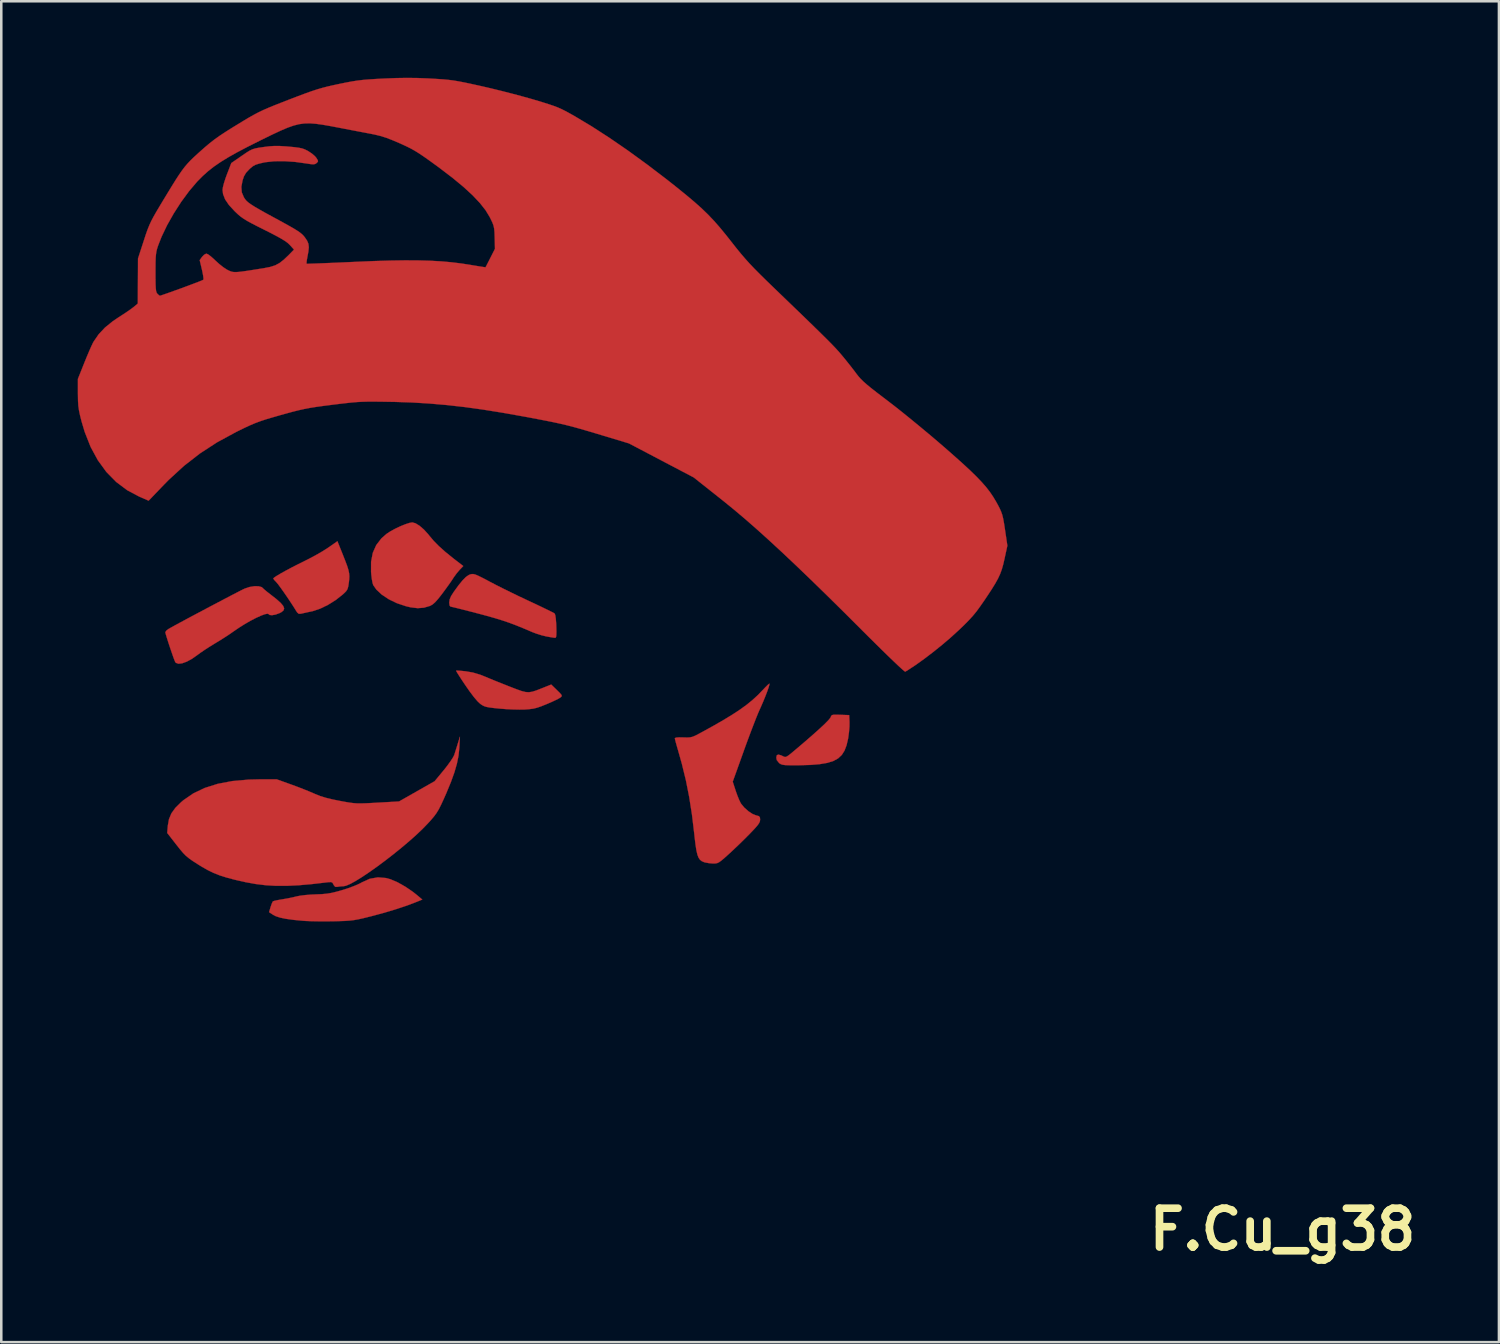
<source format=kicad_pcb>
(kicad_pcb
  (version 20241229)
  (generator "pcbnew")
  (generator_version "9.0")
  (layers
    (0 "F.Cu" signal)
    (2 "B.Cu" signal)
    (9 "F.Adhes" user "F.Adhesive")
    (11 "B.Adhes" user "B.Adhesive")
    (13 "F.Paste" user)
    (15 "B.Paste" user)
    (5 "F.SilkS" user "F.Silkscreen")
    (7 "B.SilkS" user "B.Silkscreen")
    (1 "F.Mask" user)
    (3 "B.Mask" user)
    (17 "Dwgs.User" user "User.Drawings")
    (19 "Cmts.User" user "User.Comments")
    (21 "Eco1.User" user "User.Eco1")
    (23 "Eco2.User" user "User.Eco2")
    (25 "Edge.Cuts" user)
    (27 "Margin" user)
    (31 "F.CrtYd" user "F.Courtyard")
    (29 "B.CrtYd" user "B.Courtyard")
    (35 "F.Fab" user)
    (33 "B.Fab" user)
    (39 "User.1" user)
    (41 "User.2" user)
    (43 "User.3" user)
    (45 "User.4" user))
  (footprint "F.Cu_g38"
    (layer "F.Cu")
    (at 47.249 45.167)
    (property "Reference" "F.Cu_g38" (at 0 0 0) (layer "F.SilkS") (effects (font (size 1.524 1.524) (thickness 0.3))))
    (attr through_hole)
    (fp_poly (pts (xy -17.342 -20.184) (xy -16.997 -20.172) (xy -16.984 -19.897) (xy -16.986 -19.721) (xy -17.004 -19.504) (xy -17.033 -19.287) (xy -17.04 -19.243) (xy -17.099 -18.99) (xy -17.178 -18.781) (xy -17.286 -18.61) (xy -17.429 -18.476) (xy -17.616 -18.373) (xy -17.853 -18.299) (xy -18.15 -18.249) (xy -18.512 -18.219) (xy -18.948 -18.206) (xy -19.118 -18.205) (xy -19.34 -18.206) (xy -19.495 -18.211) (xy -19.6 -18.224) (xy -19.672 -18.246) (xy -19.729 -18.281) (xy -19.743 -18.291) (xy -19.836 -18.408) (xy -19.854 -18.503) (xy -19.836 -18.595) (xy -19.777 -18.625) (xy -19.667 -18.595) (xy -19.6 -18.563) (xy -19.545 -18.537) (xy -19.497 -18.53) (xy -19.44 -18.55) (xy -19.361 -18.602) (xy -19.244 -18.696) (xy -19.105 -18.813) (xy -18.731 -19.131) (xy -18.413 -19.408) (xy -18.152 -19.642) (xy -17.95 -19.831) (xy -17.811 -19.973) (xy -17.735 -20.066) (xy -17.723 -20.09) (xy -17.701 -20.142) (xy -17.667 -20.173) (xy -17.601 -20.187) (xy -17.485 -20.188) (xy -17.342 -20.184)) (stroke (width 0.01) (type solid)) (fill yes) (layer "F.Cu"))
    (fp_poly (pts (xy -34.002 -27.694) (xy -33.846 -27.598) (xy -33.676 -27.451) (xy -33.507 -27.266) (xy -33.465 -27.213) (xy -33.292 -27.007) (xy -33.087 -26.799) (xy -32.838 -26.576) (xy -32.531 -26.327) (xy -32.457 -26.27) (xy -32.131 -26.018) (xy -32.274 -25.868) (xy -32.387 -25.736) (xy -32.5 -25.582) (xy -32.535 -25.527) (xy -32.609 -25.415) (xy -32.719 -25.259) (xy -32.849 -25.08) (xy -32.961 -24.929) (xy -33.112 -24.736) (xy -33.231 -24.602) (xy -33.331 -24.514) (xy -33.423 -24.461) (xy -33.436 -24.455) (xy -33.674 -24.385) (xy -33.918 -24.366) (xy -34.193 -24.399) (xy -34.381 -24.444) (xy -34.733 -24.561) (xy -35.051 -24.715) (xy -35.324 -24.895) (xy -35.536 -25.092) (xy -35.663 -25.273) (xy -35.69 -25.361) (xy -35.717 -25.508) (xy -35.739 -25.69) (xy -35.747 -25.788) (xy -35.746 -26.187) (xy -35.679 -26.536) (xy -35.544 -26.84) (xy -35.339 -27.105) (xy -35.142 -27.278) (xy -34.992 -27.377) (xy -34.804 -27.48) (xy -34.602 -27.576) (xy -34.406 -27.656) (xy -34.239 -27.71) (xy -34.128 -27.729) (xy -34.002 -27.694)) (stroke (width 0.01) (type solid)) (fill yes) (layer "F.Cu"))
    (fp_poly (pts (xy -36.864 -26.489) (xy -36.76 -26.225) (xy -36.684 -26.023) (xy -36.635 -25.864) (xy -36.608 -25.734) (xy -36.599 -25.615) (xy -36.605 -25.491) (xy -36.617 -25.379) (xy -36.641 -25.219) (xy -36.672 -25.113) (xy -36.726 -25.029) (xy -36.819 -24.937) (xy -36.859 -24.901) (xy -37.135 -24.684) (xy -37.438 -24.495) (xy -37.745 -24.346) (xy -38.031 -24.25) (xy -38.07 -24.242) (xy -38.24 -24.206) (xy -38.389 -24.173) (xy -38.489 -24.151) (xy -38.496 -24.149) (xy -38.581 -24.145) (xy -38.645 -24.199) (xy -38.674 -24.243) (xy -38.783 -24.418) (xy -38.912 -24.616) (xy -39.049 -24.82) (xy -39.183 -25.014) (xy -39.305 -25.185) (xy -39.403 -25.316) (xy -39.468 -25.393) (xy -39.472 -25.397) (xy -39.545 -25.473) (xy -39.581 -25.527) (xy -39.582 -25.532) (xy -39.545 -25.568) (xy -39.444 -25.635) (xy -39.288 -25.728) (xy -39.088 -25.839) (xy -38.856 -25.963) (xy -38.601 -26.093) (xy -38.336 -26.225) (xy -38.312 -26.236) (xy -38.076 -26.357) (xy -37.828 -26.493) (xy -37.599 -26.629) (xy -37.424 -26.742) (xy -37.066 -26.992) (xy -36.864 -26.489)) (stroke (width 0.01) (type solid)) (fill yes) (layer "F.Cu"))
    (fp_poly (pts (xy -32.256 -21.912) (xy -32.103 -21.897) (xy -32.034 -21.89) (xy -31.75 -21.841) (xy -31.469 -21.757) (xy -31.277 -21.681) (xy -31.088 -21.602) (xy -30.849 -21.504) (xy -30.585 -21.399) (xy -30.326 -21.296) (xy -30.269 -21.274) (xy -30.022 -21.179) (xy -29.835 -21.113) (xy -29.686 -21.077) (xy -29.555 -21.069) (xy -29.423 -21.09) (xy -29.269 -21.138) (xy -29.072 -21.215) (xy -28.987 -21.249) (xy -28.681 -21.371) (xy -28.457 -21.153) (xy -28.343 -21.04) (xy -28.283 -20.97) (xy -28.267 -20.925) (xy -28.289 -20.889) (xy -28.319 -20.864) (xy -28.391 -20.82) (xy -28.523 -20.754) (xy -28.694 -20.675) (xy -28.86 -20.604) (xy -29.076 -20.517) (xy -29.243 -20.46) (xy -29.393 -20.424) (xy -29.554 -20.404) (xy -29.718 -20.392) (xy -29.921 -20.389) (xy -30.176 -20.394) (xy -30.449 -20.407) (xy -30.703 -20.427) (xy -30.94 -20.451) (xy -31.11 -20.473) (xy -31.23 -20.496) (xy -31.319 -20.526) (xy -31.394 -20.566) (xy -31.464 -20.614) (xy -31.572 -20.715) (xy -31.715 -20.883) (xy -31.885 -21.109) (xy -32.034 -21.323) (xy -32.164 -21.516) (xy -32.274 -21.684) (xy -32.356 -21.814) (xy -32.404 -21.895) (xy -32.412 -21.916) (xy -32.366 -21.918) (xy -32.256 -21.912)) (stroke (width 0.01) (type solid)) (fill yes) (layer "F.Cu"))
    (fp_poly (pts (xy -35.154 -13.782) (xy -34.981 -13.733) (xy -34.703 -13.613) (xy -34.402 -13.443) (xy -34.106 -13.241) (xy -33.946 -13.114) (xy -33.737 -12.939) (xy -33.982 -12.839) (xy -34.335 -12.705) (xy -34.752 -12.566) (xy -35.213 -12.427) (xy -35.7 -12.295) (xy -35.788 -12.273) (xy -36.037 -12.211) (xy -36.236 -12.166) (xy -36.408 -12.135) (xy -36.576 -12.114) (xy -36.765 -12.101) (xy -36.996 -12.093) (xy -37.227 -12.087) (xy -37.512 -12.084) (xy -37.804 -12.085) (xy -38.077 -12.09) (xy -38.306 -12.099) (xy -38.417 -12.106) (xy -38.788 -12.142) (xy -39.084 -12.183) (xy -39.312 -12.23) (xy -39.483 -12.286) (xy -39.59 -12.342) (xy -39.747 -12.445) (xy -39.688 -12.642) (xy -39.647 -12.763) (xy -39.609 -12.848) (xy -39.595 -12.868) (xy -39.539 -12.888) (xy -39.422 -12.914) (xy -39.267 -12.942) (xy -39.222 -12.949) (xy -39.024 -12.983) (xy -38.825 -13.024) (xy -38.666 -13.062) (xy -38.66 -13.064) (xy -38.527 -13.09) (xy -38.336 -13.114) (xy -38.115 -13.132) (xy -37.919 -13.141) (xy -37.674 -13.151) (xy -37.473 -13.17) (xy -37.284 -13.202) (xy -37.075 -13.253) (xy -36.876 -13.31) (xy -36.618 -13.393) (xy -36.379 -13.483) (xy -36.184 -13.57) (xy -36.105 -13.614) (xy -35.799 -13.753) (xy -35.48 -13.809) (xy -35.154 -13.782)) (stroke (width 0.01) (type solid)) (fill yes) (layer "F.Cu"))
    (fp_poly (pts (xy -31.732 -25.703) (xy -31.656 -25.684) (xy -31.552 -25.641) (xy -31.407 -25.57) (xy -31.207 -25.466) (xy -31.082 -25.399) (xy -30.852 -25.279) (xy -30.567 -25.135) (xy -30.249 -24.979) (xy -29.922 -24.82) (xy -29.606 -24.671) (xy -29.527 -24.634) (xy -29.265 -24.512) (xy -29.028 -24.399) (xy -28.826 -24.301) (xy -28.671 -24.224) (xy -28.574 -24.173) (xy -28.547 -24.156) (xy -28.522 -24.091) (xy -28.502 -23.955) (xy -28.487 -23.76) (xy -28.483 -23.654) (xy -28.478 -23.449) (xy -28.481 -23.316) (xy -28.491 -23.24) (xy -28.511 -23.207) (xy -28.533 -23.203) (xy -28.605 -23.212) (xy -28.732 -23.233) (xy -28.871 -23.258) (xy -29.064 -23.305) (xy -29.278 -23.373) (xy -29.422 -23.428) (xy -29.768 -23.575) (xy -30.068 -23.697) (xy -30.343 -23.8) (xy -30.617 -23.892) (xy -30.911 -23.982) (xy -31.25 -24.077) (xy -31.534 -24.153) (xy -31.819 -24.227) (xy -32.079 -24.294) (xy -32.301 -24.35) (xy -32.475 -24.393) (xy -32.588 -24.419) (xy -32.627 -24.426) (xy -32.666 -24.466) (xy -32.681 -24.579) (xy -32.681 -24.589) (xy -32.664 -24.711) (xy -32.606 -24.845) (xy -32.506 -25.001) (xy -32.316 -25.263) (xy -32.158 -25.457) (xy -32.026 -25.59) (xy -31.912 -25.668) (xy -31.852 -25.692) (xy -31.793 -25.704) (xy -31.732 -25.703)) (stroke (width 0.01) (type solid)) (fill yes) (layer "F.Cu"))
    (fp_poly (pts (xy -40.161 -25.226) (xy -40.039 -25.193) (xy -40.002 -25.163) (xy -39.941 -25.105) (xy -39.834 -25.015) (xy -39.703 -24.913) (xy -39.689 -24.902) (xy -39.454 -24.718) (xy -39.289 -24.57) (xy -39.19 -24.451) (xy -39.155 -24.356) (xy -39.181 -24.277) (xy -39.265 -24.209) (xy -39.338 -24.171) (xy -39.492 -24.115) (xy -39.627 -24.091) (xy -39.724 -24.099) (xy -39.758 -24.13) (xy -39.806 -24.15) (xy -39.913 -24.129) (xy -40.067 -24.072) (xy -40.258 -23.985) (xy -40.474 -23.873) (xy -40.703 -23.741) (xy -40.935 -23.595) (xy -41.151 -23.447) (xy -41.305 -23.34) (xy -41.504 -23.21) (xy -41.719 -23.075) (xy -41.87 -22.984) (xy -42.071 -22.86) (xy -42.272 -22.731) (xy -42.445 -22.613) (xy -42.545 -22.539) (xy -42.766 -22.383) (xy -42.973 -22.27) (xy -43.155 -22.204) (xy -43.301 -22.187) (xy -43.401 -22.223) (xy -43.428 -22.257) (xy -43.459 -22.331) (xy -43.508 -22.463) (xy -43.567 -22.633) (xy -43.632 -22.823) (xy -43.695 -23.014) (xy -43.75 -23.188) (xy -43.792 -23.326) (xy -43.813 -23.409) (xy -43.815 -23.421) (xy -43.782 -23.479) (xy -43.701 -23.544) (xy -43.692 -23.549) (xy -43.589 -23.608) (xy -43.426 -23.698) (xy -43.214 -23.813) (xy -42.963 -23.948) (xy -42.684 -24.097) (xy -42.388 -24.254) (xy -42.085 -24.415) (xy -41.787 -24.572) (xy -41.504 -24.721) (xy -41.246 -24.856) (xy -41.024 -24.971) (xy -40.85 -25.061) (xy -40.733 -25.119) (xy -40.695 -25.136) (xy -40.511 -25.197) (xy -40.326 -25.227) (xy -40.161 -25.226)) (stroke (width 0.01) (type solid)) (fill yes) (layer "F.Cu"))
    (fp_poly (pts (xy -20.127 -21.358) (xy -20.159 -21.247) (xy -20.215 -21.089) (xy -20.289 -20.898) (xy -20.374 -20.69) (xy -20.466 -20.479) (xy -20.511 -20.381) (xy -20.573 -20.238) (xy -20.657 -20.03) (xy -20.758 -19.77) (xy -20.871 -19.474) (xy -20.99 -19.155) (xy -21.109 -18.829) (xy -21.128 -18.774) (xy -21.563 -17.562) (xy -21.444 -17.195) (xy -21.379 -17.012) (xy -21.311 -16.846) (xy -21.251 -16.723) (xy -21.234 -16.695) (xy -21.108 -16.543) (xy -20.95 -16.403) (xy -20.786 -16.295) (xy -20.642 -16.238) (xy -20.64 -16.238) (xy -20.539 -16.211) (xy -20.497 -16.162) (xy -20.489 -16.073) (xy -20.498 -16.008) (xy -20.528 -15.938) (xy -20.59 -15.85) (xy -20.693 -15.731) (xy -20.845 -15.571) (xy -20.902 -15.511) (xy -21.101 -15.311) (xy -21.328 -15.089) (xy -21.552 -14.876) (xy -21.722 -14.719) (xy -21.89 -14.568) (xy -22.011 -14.466) (xy -22.1 -14.402) (xy -22.173 -14.368) (xy -22.244 -14.355) (xy -22.33 -14.353) (xy -22.336 -14.353) (xy -22.495 -14.366) (xy -22.647 -14.394) (xy -22.689 -14.406) (xy -22.778 -14.445) (xy -22.848 -14.501) (xy -22.905 -14.584) (xy -22.95 -14.705) (xy -22.989 -14.874) (xy -23.024 -15.103) (xy -23.06 -15.403) (xy -23.072 -15.52) (xy -23.162 -16.272) (xy -23.271 -16.964) (xy -23.401 -17.621) (xy -23.559 -18.266) (xy -23.687 -18.721) (xy -23.743 -18.916) (xy -23.79 -19.083) (xy -23.822 -19.205) (xy -23.834 -19.263) (xy -23.834 -19.264) (xy -23.792 -19.289) (xy -23.667 -19.3) (xy -23.506 -19.297) (xy -23.352 -19.293) (xy -23.237 -19.299) (xy -23.135 -19.323) (xy -23.02 -19.372) (xy -22.865 -19.453) (xy -22.812 -19.482) (xy -22.334 -19.745) (xy -21.925 -19.98) (xy -21.574 -20.194) (xy -21.273 -20.392) (xy -21.013 -20.581) (xy -20.785 -20.767) (xy -20.578 -20.957) (xy -20.389 -21.153) (xy -20.276 -21.272) (xy -20.185 -21.361) (xy -20.131 -21.405) (xy -20.123 -21.407) (xy -20.127 -21.358)) (stroke (width 0.01) (type solid)) (fill yes) (layer "F.Cu"))
    (fp_poly (pts (xy -32.286 -18.881) (xy -32.316 -18.586) (xy -32.379 -18.273) (xy -32.477 -17.931) (xy -32.615 -17.548) (xy -32.795 -17.112) (xy -32.892 -16.893) (xy -33 -16.659) (xy -33.09 -16.481) (xy -33.178 -16.335) (xy -33.278 -16.199) (xy -33.404 -16.05) (xy -33.517 -15.926) (xy -33.73 -15.706) (xy -33.982 -15.467) (xy -34.264 -15.217) (xy -34.566 -14.962) (xy -34.882 -14.707) (xy -35.201 -14.46) (xy -35.516 -14.226) (xy -35.819 -14.012) (xy -36.099 -13.824) (xy -36.35 -13.669) (xy -36.563 -13.552) (xy -36.729 -13.481) (xy -36.826 -13.461) (xy -36.958 -13.454) (xy -37.069 -13.437) (xy -37.072 -13.436) (xy -37.15 -13.435) (xy -37.205 -13.498) (xy -37.219 -13.525) (xy -37.258 -13.595) (xy -37.311 -13.624) (xy -37.406 -13.622) (xy -37.463 -13.615) (xy -38.056 -13.546) (xy -38.58 -13.5) (xy -39.05 -13.477) (xy -39.48 -13.477) (xy -39.881 -13.501) (xy -40.269 -13.548) (xy -40.656 -13.618) (xy -40.703 -13.628) (xy -41.089 -13.716) (xy -41.408 -13.8) (xy -41.68 -13.886) (xy -41.923 -13.982) (xy -42.154 -14.095) (xy -42.392 -14.231) (xy -42.517 -14.308) (xy -42.725 -14.441) (xy -42.88 -14.55) (xy -43.005 -14.652) (xy -43.119 -14.768) (xy -43.244 -14.915) (xy -43.38 -15.088) (xy -43.741 -15.551) (xy -43.717 -15.84) (xy -43.672 -16.092) (xy -43.577 -16.319) (xy -43.421 -16.536) (xy -43.197 -16.757) (xy -43.107 -16.834) (xy -42.719 -17.101) (xy -42.271 -17.315) (xy -41.759 -17.477) (xy -41.184 -17.586) (xy -40.543 -17.643) (xy -40.117 -17.653) (xy -39.445 -17.653) (xy -38.868 -17.446) (xy -38.624 -17.356) (xy -38.374 -17.259) (xy -38.147 -17.167) (xy -37.968 -17.09) (xy -37.952 -17.083) (xy -37.749 -17) (xy -37.519 -16.929) (xy -37.241 -16.862) (xy -36.978 -16.809) (xy -36.761 -16.769) (xy -36.588 -16.74) (xy -36.44 -16.721) (xy -36.297 -16.71) (xy -36.142 -16.709) (xy -35.955 -16.714) (xy -35.716 -16.726) (xy -35.496 -16.738) (xy -34.65 -16.786) (xy -33.951 -17.183) (xy -33.253 -17.58) (xy -32.894 -18.014) (xy -32.755 -18.191) (xy -32.632 -18.361) (xy -32.538 -18.505) (xy -32.486 -18.605) (xy -32.484 -18.612) (xy -32.443 -18.741) (xy -32.39 -18.91) (xy -32.347 -19.05) (xy -32.262 -19.325) (xy -32.286 -18.881)) (stroke (width 0.01) (type solid)) (fill yes) (layer "F.Cu"))
    (fp_poly (pts (xy -33.934 -45.157) (xy -33.506 -45.141) (xy -33.405 -45.135) (xy -33.135 -45.119) (xy -32.909 -45.104) (xy -32.71 -45.085) (xy -32.52 -45.061) (xy -32.323 -45.028) (xy -32.099 -44.985) (xy -31.833 -44.929) (xy -31.506 -44.857) (xy -31.411 -44.836) (xy -31.044 -44.751) (xy -30.64 -44.652) (xy -30.226 -44.546) (xy -29.829 -44.44) (xy -29.476 -44.342) (xy -29.339 -44.302) (xy -29.03 -44.209) (xy -28.785 -44.132) (xy -28.587 -44.065) (xy -28.419 -44.001) (xy -28.264 -43.932) (xy -28.105 -43.852) (xy -27.925 -43.753) (xy -27.752 -43.655) (xy -27.1 -43.265) (xy -26.405 -42.816) (xy -25.674 -42.314) (xy -24.918 -41.764) (xy -24.145 -41.175) (xy -23.77 -40.878) (xy -23.392 -40.572) (xy -23.07 -40.301) (xy -22.79 -40.052) (xy -22.539 -39.81) (xy -22.305 -39.564) (xy -22.072 -39.299) (xy -21.828 -39.002) (xy -21.635 -38.758) (xy -21.436 -38.505) (xy -21.257 -38.285) (xy -21.086 -38.085) (xy -20.912 -37.89) (xy -20.721 -37.689) (xy -20.502 -37.468) (xy -20.243 -37.213) (xy -19.99 -36.968) (xy -19.547 -36.541) (xy -19.16 -36.168) (xy -18.825 -35.845) (xy -18.537 -35.566) (xy -18.292 -35.327) (xy -18.085 -35.124) (xy -17.911 -34.952) (xy -17.766 -34.807) (xy -17.645 -34.683) (xy -17.543 -34.576) (xy -17.456 -34.481) (xy -17.379 -34.395) (xy -17.308 -34.312) (xy -17.251 -34.244) (xy -17.094 -34.052) (xy -16.933 -33.849) (xy -16.789 -33.663) (xy -16.701 -33.545) (xy -16.627 -33.451) (xy -16.544 -33.358) (xy -16.442 -33.257) (xy -16.313 -33.143) (xy -16.146 -33.005) (xy -15.933 -32.838) (xy -15.666 -32.634) (xy -15.494 -32.503) (xy -15.218 -32.291) (xy -14.895 -32.035) (xy -14.542 -31.749) (xy -14.173 -31.445) (xy -13.806 -31.139) (xy -13.456 -30.841) (xy -13.247 -30.661) (xy -12.851 -30.313) (xy -12.514 -30.011) (xy -12.23 -29.747) (xy -11.991 -29.513) (xy -11.79 -29.302) (xy -11.621 -29.108) (xy -11.477 -28.921) (xy -11.351 -28.736) (xy -11.236 -28.544) (xy -11.172 -28.428) (xy -11.094 -28.279) (xy -11.037 -28.151) (xy -10.993 -28.025) (xy -10.957 -27.878) (xy -10.923 -27.69) (xy -10.885 -27.442) (xy -10.793 -26.818) (xy -10.903 -26.31) (xy -10.954 -26.087) (xy -11.009 -25.892) (xy -11.075 -25.711) (xy -11.159 -25.529) (xy -11.269 -25.331) (xy -11.41 -25.102) (xy -11.592 -24.826) (xy -11.691 -24.679) (xy -11.856 -24.441) (xy -12 -24.244) (xy -12.142 -24.07) (xy -12.297 -23.9) (xy -12.482 -23.712) (xy -12.711 -23.493) (xy -13.016 -23.215) (xy -13.353 -22.927) (xy -13.707 -22.643) (xy -14.058 -22.375) (xy -14.392 -22.136) (xy -14.69 -21.94) (xy -14.798 -21.875) (xy -14.836 -21.899) (xy -14.927 -21.978) (xy -15.067 -22.106) (xy -15.249 -22.279) (xy -15.468 -22.489) (xy -15.718 -22.733) (xy -15.993 -23.005) (xy -16.289 -23.298) (xy -16.428 -23.437) (xy -17.171 -24.179) (xy -17.861 -24.86) (xy -18.503 -25.486) (xy -19.099 -26.058) (xy -19.654 -26.581) (xy -20.17 -27.057) (xy -20.653 -27.492) (xy -21.105 -27.887) (xy -21.531 -28.246) (xy -21.933 -28.573) (xy -21.967 -28.6) (xy -23.093 -29.493) (xy -25.633 -30.828) (xy -26.882 -31.205) (xy -27.224 -31.307) (xy -27.522 -31.394) (xy -27.789 -31.468) (xy -28.043 -31.534) (xy -28.299 -31.595) (xy -28.573 -31.655) (xy -28.881 -31.717) (xy -29.239 -31.786) (xy -29.662 -31.866) (xy -29.718 -31.876) (xy -30.565 -32.027) (xy -31.348 -32.153) (xy -32.081 -32.254) (xy -32.78 -32.333) (xy -33.461 -32.392) (xy -34.139 -32.433) (xy -34.829 -32.456) (xy -34.967 -32.458) (xy -35.326 -32.464) (xy -35.618 -32.467) (xy -35.862 -32.467) (xy -36.076 -32.461) (xy -36.278 -32.451) (xy -36.486 -32.434) (xy -36.718 -32.409) (xy -36.993 -32.377) (xy -37.253 -32.345) (xy -37.606 -32.3) (xy -37.895 -32.26) (xy -38.141 -32.221) (xy -38.366 -32.178) (xy -38.59 -32.128) (xy -38.833 -32.067) (xy -39.117 -31.989) (xy -39.287 -31.942) (xy -39.607 -31.85) (xy -39.867 -31.773) (xy -40.084 -31.701) (xy -40.281 -31.628) (xy -40.476 -31.546) (xy -40.69 -31.447) (xy -40.944 -31.323) (xy -41.043 -31.274) (xy -41.781 -30.874) (xy -42.455 -30.436) (xy -43.083 -29.948) (xy -43.682 -29.398) (xy -43.874 -29.203) (xy -44.471 -28.581) (xy -44.835 -28.74) (xy -45.312 -28.993) (xy -45.743 -29.317) (xy -46.127 -29.708) (xy -46.461 -30.167) (xy -46.745 -30.69) (xy -46.977 -31.278) (xy -47.099 -31.686) (xy -47.161 -31.932) (xy -47.202 -32.127) (xy -47.227 -32.303) (xy -47.239 -32.492) (xy -47.243 -32.725) (xy -47.244 -32.797) (xy -47.244 -33.357) (xy -46.987 -34.001) (xy -46.892 -34.234) (xy -46.8 -34.451) (xy -46.718 -34.637) (xy -46.654 -34.771) (xy -46.629 -34.817) (xy -46.428 -35.109) (xy -46.18 -35.373) (xy -45.873 -35.621) (xy -45.654 -35.769) (xy -45.463 -35.892) (xy -45.284 -36.012) (xy -45.138 -36.115) (xy -45.044 -36.187) (xy -45.043 -36.188) (xy -44.895 -36.313) (xy -44.891 -37.196) (xy -44.889 -37.535) (xy -44.201 -37.535) (xy -44.201 -37.259) (xy -44.197 -37.055) (xy -44.19 -36.91) (xy -44.178 -36.813) (xy -44.161 -36.749) (xy -44.136 -36.707) (xy -44.129 -36.699) (xy -44.063 -36.638) (xy -44.026 -36.618) (xy -43.979 -36.632) (xy -43.865 -36.671) (xy -43.695 -36.73) (xy -43.484 -36.806) (xy -43.241 -36.893) (xy -43.175 -36.917) (xy -42.927 -37.009) (xy -42.706 -37.092) (xy -42.524 -37.161) (xy -42.394 -37.214) (xy -42.329 -37.243) (xy -42.324 -37.246) (xy -42.319 -37.298) (xy -42.333 -37.412) (xy -42.363 -37.567) (xy -42.38 -37.645) (xy -42.467 -38.014) (xy -42.376 -38.142) (xy -42.295 -38.226) (xy -42.214 -38.268) (xy -42.203 -38.269) (xy -42.137 -38.241) (xy -42.033 -38.164) (xy -41.908 -38.054) (xy -41.857 -38.004) (xy -41.705 -37.866) (xy -41.542 -37.737) (xy -41.399 -37.643) (xy -41.374 -37.63) (xy -41.302 -37.595) (xy -41.237 -37.569) (xy -41.167 -37.552) (xy -41.082 -37.546) (xy -40.97 -37.55) (xy -40.821 -37.566) (xy -40.625 -37.593) (xy -40.369 -37.633) (xy -40.043 -37.685) (xy -39.941 -37.701) (xy -39.7 -37.749) (xy -39.506 -37.811) (xy -39.336 -37.902) (xy -39.167 -38.034) (xy -38.973 -38.22) (xy -38.953 -38.24) (xy -38.769 -38.429) (xy -38.93 -38.607) (xy -39.003 -38.678) (xy -39.102 -38.754) (xy -39.238 -38.839) (xy -39.419 -38.941) (xy -39.658 -39.067) (xy -39.94 -39.209) (xy -40.223 -39.351) (xy -40.443 -39.465) (xy -40.614 -39.559) (xy -40.748 -39.642) (xy -40.859 -39.721) (xy -40.96 -39.805) (xy -41.065 -39.904) (xy -41.097 -39.935) (xy -41.32 -40.177) (xy -41.47 -40.397) (xy -41.551 -40.604) (xy -41.571 -40.77) (xy -41.556 -40.876) (xy -41.515 -41.037) (xy -41.454 -41.227) (xy -41.399 -41.377) (xy -41.228 -41.822) (xy -40.82 -42.104) (xy -40.644 -42.225) (xy -40.513 -42.307) (xy -40.401 -42.361) (xy -40.285 -42.397) (xy -40.139 -42.425) (xy -39.965 -42.45) (xy -39.738 -42.479) (xy -39.538 -42.492) (xy -39.332 -42.491) (xy -39.088 -42.476) (xy -38.98 -42.467) (xy -38.746 -42.445) (xy -38.576 -42.422) (xy -38.448 -42.395) (xy -38.342 -42.357) (xy -38.237 -42.305) (xy -38.21 -42.289) (xy -38.069 -42.196) (xy -37.948 -42.092) (xy -37.891 -42.024) (xy -37.837 -41.934) (xy -37.828 -41.883) (xy -37.865 -41.839) (xy -37.886 -41.82) (xy -37.938 -41.786) (xy -38.003 -41.773) (xy -38.103 -41.779) (xy -38.26 -41.803) (xy -38.28 -41.806) (xy -38.72 -41.867) (xy -39.146 -41.896) (xy -39.539 -41.893) (xy -39.878 -41.857) (xy -39.951 -41.844) (xy -40.14 -41.8) (xy -40.272 -41.758) (xy -40.375 -41.703) (xy -40.475 -41.623) (xy -40.518 -41.583) (xy -40.649 -41.443) (xy -40.732 -41.301) (xy -40.786 -41.144) (xy -40.833 -40.89) (xy -40.817 -40.674) (xy -40.733 -40.475) (xy -40.68 -40.396) (xy -40.63 -40.338) (xy -40.559 -40.275) (xy -40.458 -40.203) (xy -40.319 -40.114) (xy -40.132 -40.005) (xy -39.89 -39.868) (xy -39.582 -39.7) (xy -39.526 -39.67) (xy -39.216 -39.501) (xy -38.972 -39.366) (xy -38.783 -39.258) (xy -38.641 -39.17) (xy -38.536 -39.098) (xy -38.457 -39.034) (xy -38.396 -38.973) (xy -38.343 -38.908) (xy -38.34 -38.903) (xy -38.253 -38.774) (xy -38.204 -38.656) (xy -38.188 -38.524) (xy -38.204 -38.357) (xy -38.242 -38.151) (xy -38.267 -38.013) (xy -38.278 -37.912) (xy -38.273 -37.873) (xy -38.227 -37.872) (xy -38.105 -37.876) (xy -37.915 -37.882) (xy -37.667 -37.892) (xy -37.368 -37.904) (xy -37.028 -37.918) (xy -36.654 -37.935) (xy -36.338 -37.949) (xy -35.626 -37.979) (xy -34.988 -37.998) (xy -34.416 -38.007) (xy -33.899 -38.004) (xy -33.429 -37.991) (xy -32.995 -37.967) (xy -32.589 -37.931) (xy -32.201 -37.883) (xy -31.877 -37.833) (xy -31.661 -37.797) (xy -31.477 -37.767) (xy -31.341 -37.746) (xy -31.267 -37.735) (xy -31.258 -37.735) (xy -31.237 -37.772) (xy -31.188 -37.869) (xy -31.117 -38.007) (xy -31.07 -38.1) (xy -30.888 -38.46) (xy -30.899 -38.902) (xy -30.906 -39.105) (xy -30.919 -39.252) (xy -30.945 -39.372) (xy -30.99 -39.493) (xy -31.063 -39.644) (xy -31.094 -39.706) (xy -31.255 -39.972) (xy -31.479 -40.256) (xy -31.767 -40.561) (xy -32.124 -40.889) (xy -32.552 -41.243) (xy -33.055 -41.627) (xy -33.146 -41.694) (xy -33.428 -41.899) (xy -33.658 -42.062) (xy -33.849 -42.192) (xy -34.018 -42.297) (xy -34.179 -42.388) (xy -34.347 -42.472) (xy -34.536 -42.56) (xy -34.628 -42.601) (xy -34.917 -42.724) (xy -35.157 -42.816) (xy -35.377 -42.885) (xy -35.6 -42.939) (xy -35.729 -42.965) (xy -35.943 -43.006) (xy -36.213 -43.057) (xy -36.51 -43.114) (xy -36.808 -43.171) (xy -36.957 -43.2) (xy -37.331 -43.271) (xy -37.646 -43.326) (xy -37.915 -43.363) (xy -38.151 -43.381) (xy -38.368 -43.375) (xy -38.578 -43.346) (xy -38.794 -43.29) (xy -39.03 -43.206) (xy -39.299 -43.091) (xy -39.613 -42.944) (xy -39.986 -42.762) (xy -40.121 -42.695) (xy -40.597 -42.456) (xy -41.004 -42.242) (xy -41.352 -42.046) (xy -41.65 -41.862) (xy -41.909 -41.684) (xy -42.138 -41.504) (xy -42.347 -41.317) (xy -42.546 -41.117) (xy -42.567 -41.095) (xy -42.882 -40.724) (xy -43.193 -40.301) (xy -43.485 -39.847) (xy -43.747 -39.383) (xy -43.964 -38.93) (xy -44.098 -38.587) (xy -44.136 -38.472) (xy -44.163 -38.365) (xy -44.181 -38.249) (xy -44.193 -38.108) (xy -44.199 -37.924) (xy -44.201 -37.68) (xy -44.201 -37.535) (xy -44.889 -37.535) (xy -44.887 -38.079) (xy -44.66 -38.777) (xy -44.581 -39.019) (xy -44.511 -39.216) (xy -44.442 -39.387) (xy -44.366 -39.552) (xy -44.273 -39.728) (xy -44.155 -39.934) (xy -44.003 -40.189) (xy -43.961 -40.259) (xy -43.741 -40.622) (xy -43.558 -40.922) (xy -43.404 -41.169) (xy -43.273 -41.37) (xy -43.157 -41.537) (xy -43.049 -41.679) (xy -42.942 -41.804) (xy -42.83 -41.923) (xy -42.705 -42.045) (xy -42.56 -42.178) (xy -42.455 -42.273) (xy -42.25 -42.454) (xy -42.064 -42.61) (xy -41.881 -42.752) (xy -41.684 -42.892) (xy -41.455 -43.043) (xy -41.179 -43.217) (xy -41.009 -43.321) (xy -40.748 -43.48) (xy -40.53 -43.61) (xy -40.34 -43.717) (xy -40.162 -43.811) (xy -39.98 -43.898) (xy -39.778 -43.987) (xy -39.542 -44.084) (xy -39.254 -44.197) (xy -38.977 -44.305) (xy -38.623 -44.441) (xy -38.331 -44.55) (xy -38.085 -44.638) (xy -37.869 -44.709) (xy -37.668 -44.768) (xy -37.464 -44.821) (xy -37.242 -44.872) (xy -37.02 -44.92) (xy -36.737 -44.978) (xy -36.497 -45.023) (xy -36.279 -45.057) (xy -36.06 -45.083) (xy -35.82 -45.103) (xy -35.535 -45.121) (xy -35.247 -45.136) (xy -34.77 -45.155) (xy -34.344 -45.162) (xy -33.934 -45.157)) (stroke (width 0.01) (type solid)) (fill yes) (layer "F.Cu")))
  (gr_rect
    (start -3 -3)
    (end 55.735 49.585)
    (stroke (width 0.1) (type default))
    (fill no)
    (layer "Edge.Cuts")))
</source>
